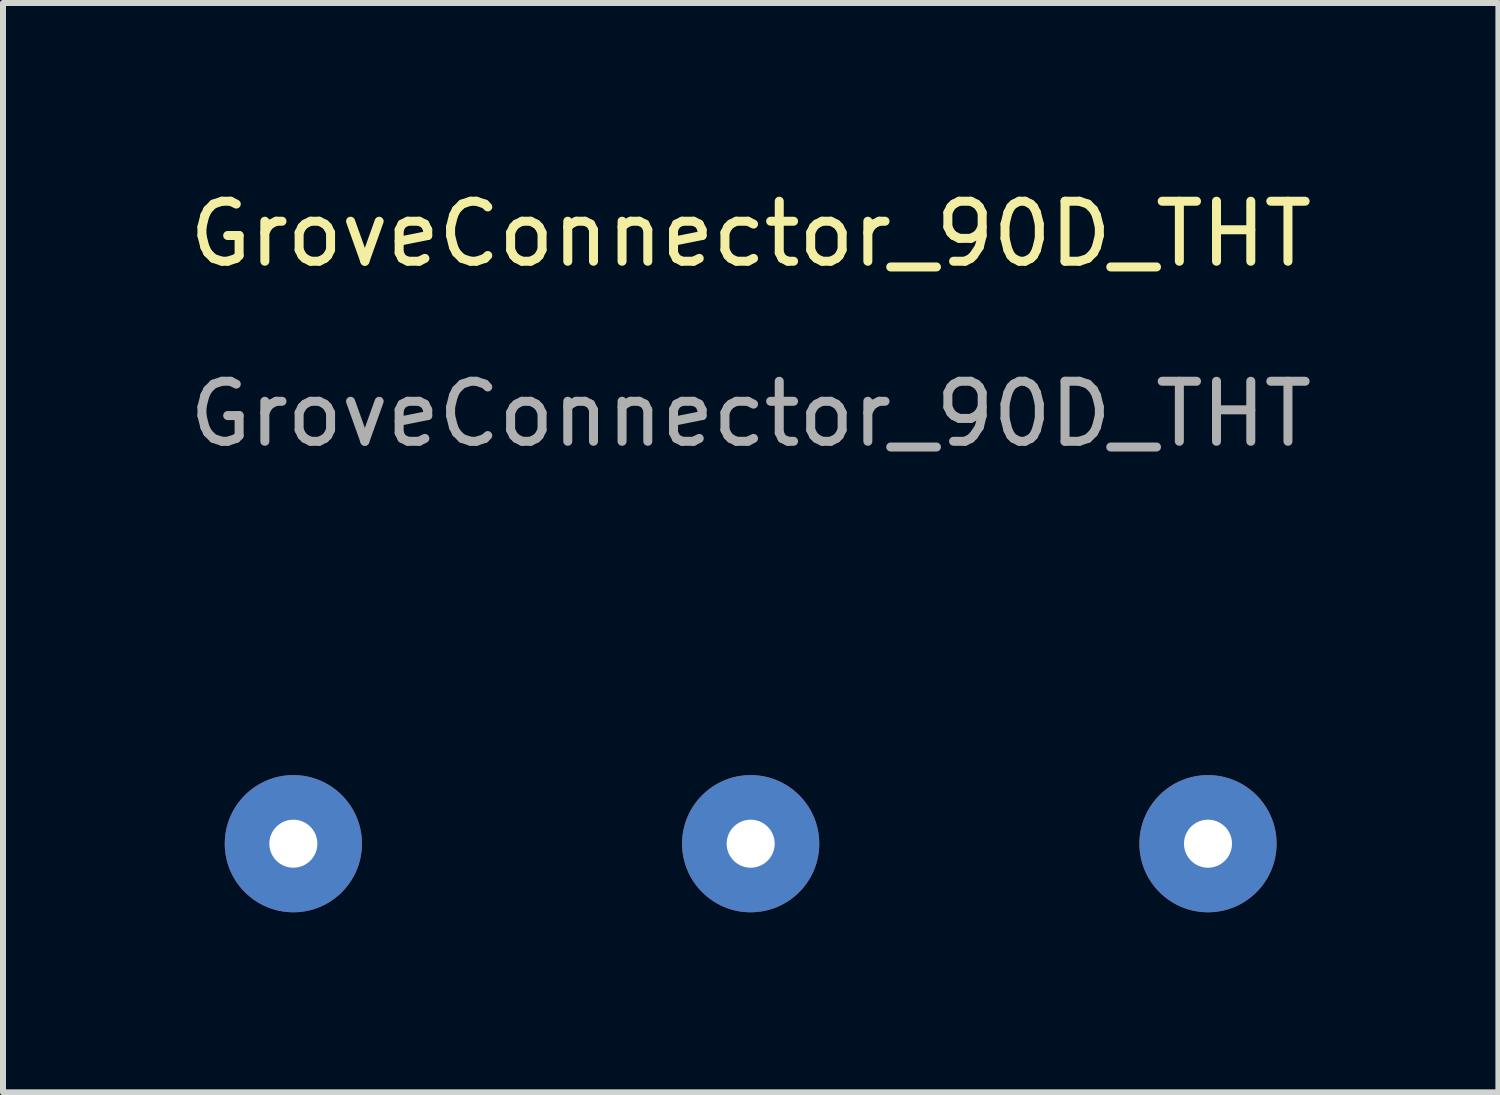
<source format=kicad_pcb>
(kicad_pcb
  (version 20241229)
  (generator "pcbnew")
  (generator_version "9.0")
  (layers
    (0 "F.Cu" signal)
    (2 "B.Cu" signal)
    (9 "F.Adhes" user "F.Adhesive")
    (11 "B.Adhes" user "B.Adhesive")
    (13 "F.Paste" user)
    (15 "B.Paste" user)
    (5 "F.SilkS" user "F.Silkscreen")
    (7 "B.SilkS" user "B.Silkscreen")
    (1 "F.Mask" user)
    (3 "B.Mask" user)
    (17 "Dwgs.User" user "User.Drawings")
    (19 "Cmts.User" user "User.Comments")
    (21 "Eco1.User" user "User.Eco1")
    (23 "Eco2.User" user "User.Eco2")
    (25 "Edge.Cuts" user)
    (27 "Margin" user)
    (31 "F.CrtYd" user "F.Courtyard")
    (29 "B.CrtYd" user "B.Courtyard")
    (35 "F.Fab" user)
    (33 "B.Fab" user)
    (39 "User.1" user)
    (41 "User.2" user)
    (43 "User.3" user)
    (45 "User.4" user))
  (footprint "GroveConnector_90D_THT"
    (layer "F.Cu")
    (at 9.458 11.008)
    (property "Reference" "GroveConnector_90D_THT" (at 0 -10.16 0) (unlocked yes) (layer "F.SilkS") (effects (font (size 1 1) (thickness 0.15))))
    (attr smd)
    (fp_text user "${REFERENCE}" (at 0 -7.16 0) (unlocked yes) (layer "F.Fab") (effects (font (size 1 1) (thickness 0.15))))
    (pad "1" thru_hole circle (at -7.62 0) (size 2.286 2.286) (drill 0.8) (layers "*.Cu" "*.Mask"))
    (pad "1" thru_hole circle (at 0 0) (size 2.286 2.286) (drill 0.8) (layers "*.Cu" "*.Mask"))
    (pad "1" thru_hole circle (at 7.62 0) (size 2.286 2.286) (drill 0.8) (layers "*.Cu" "*.Mask")))
  (gr_rect
    (start -3 -3)
    (end 21.917 15.151)
    (stroke (width 0.1) (type default))
    (fill no)
    (layer "Edge.Cuts")))
</source>
